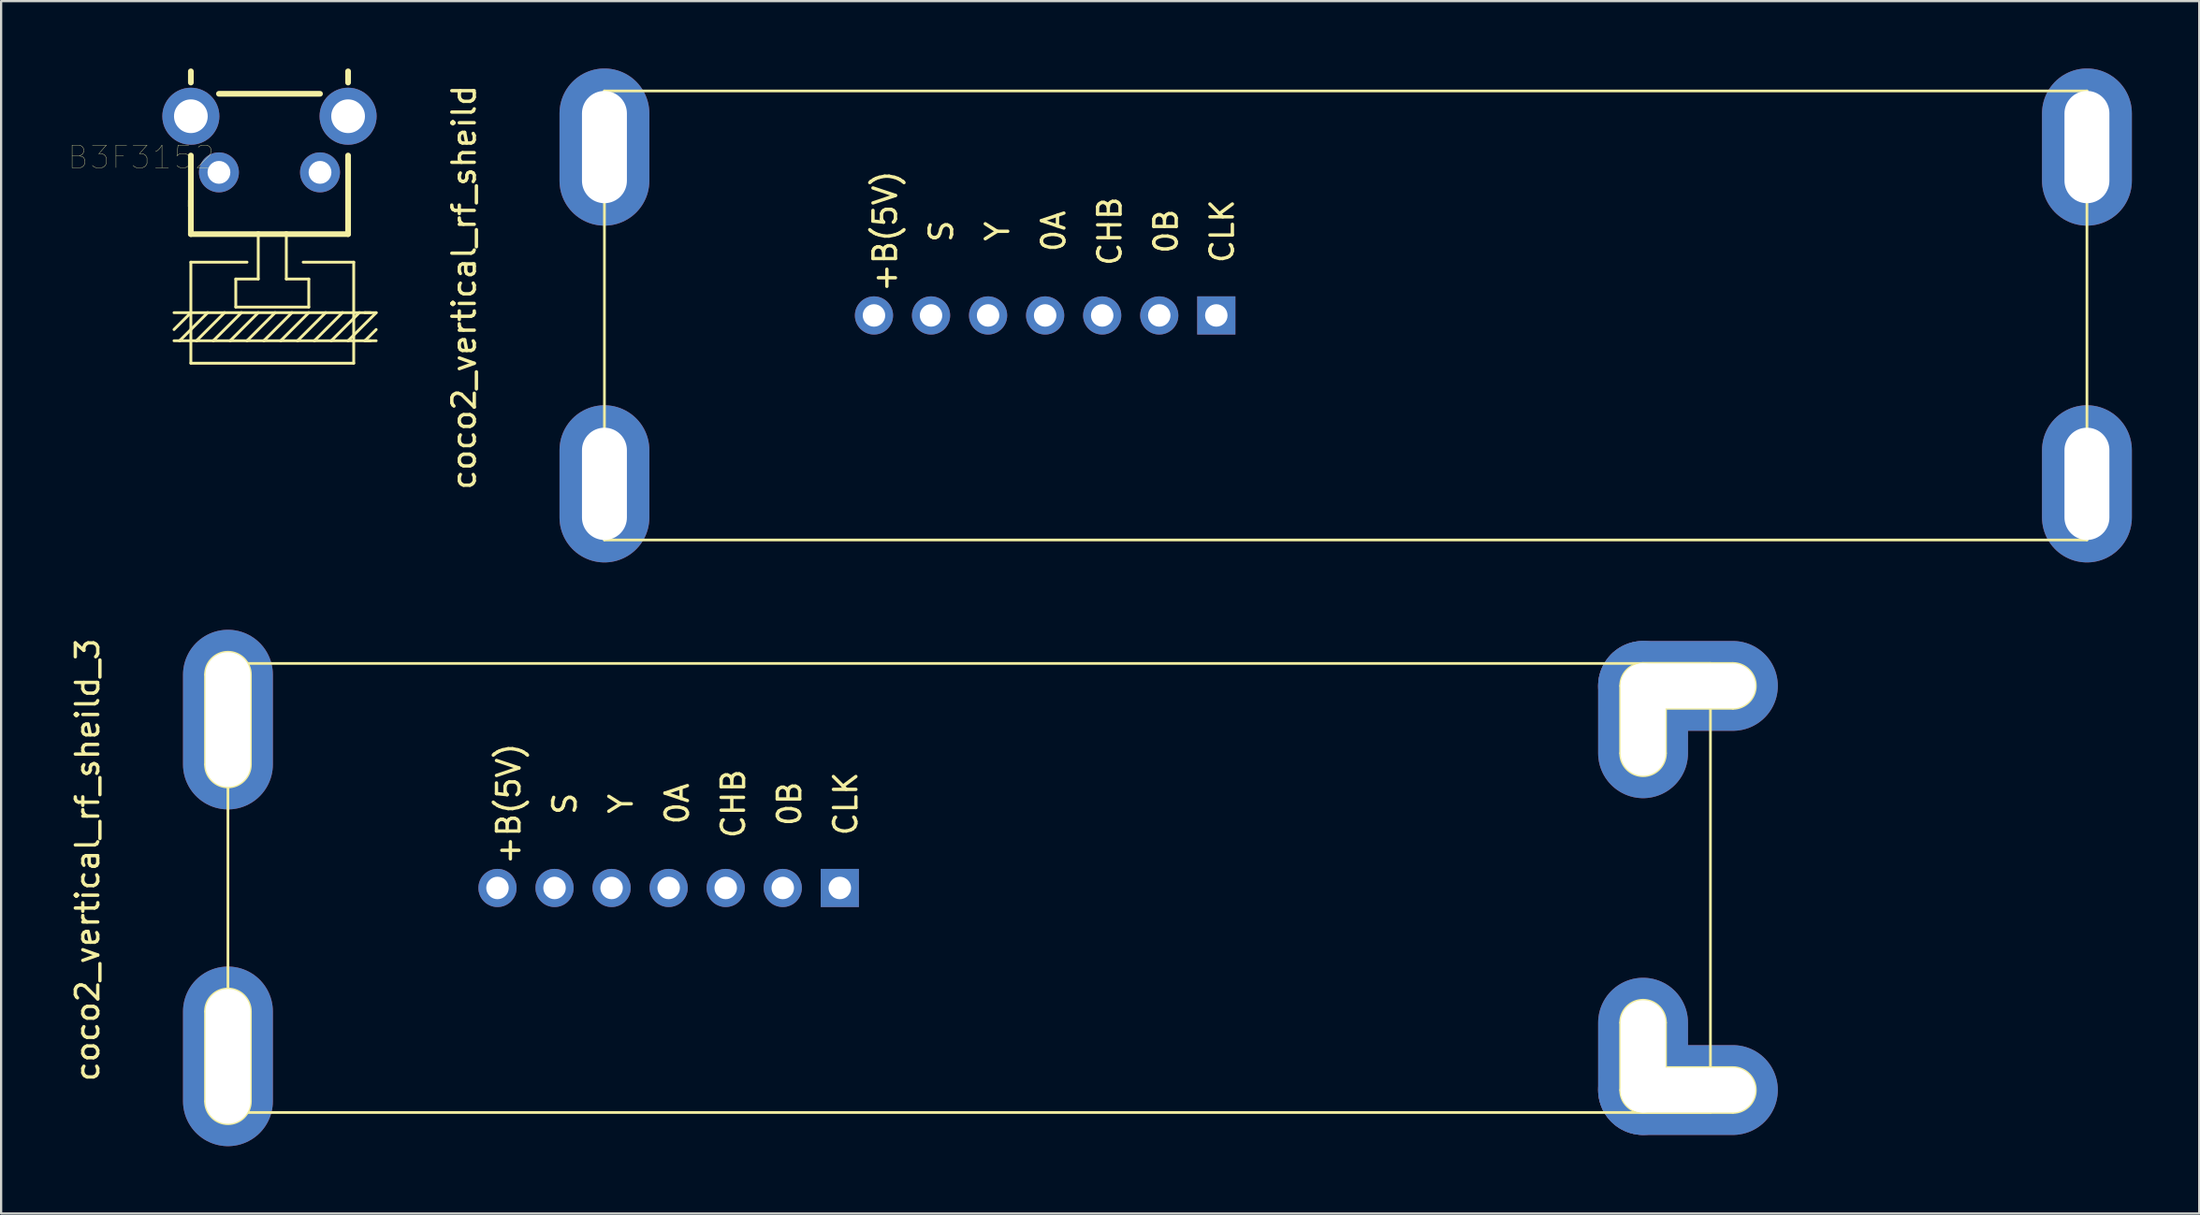
<source format=kicad_pcb>
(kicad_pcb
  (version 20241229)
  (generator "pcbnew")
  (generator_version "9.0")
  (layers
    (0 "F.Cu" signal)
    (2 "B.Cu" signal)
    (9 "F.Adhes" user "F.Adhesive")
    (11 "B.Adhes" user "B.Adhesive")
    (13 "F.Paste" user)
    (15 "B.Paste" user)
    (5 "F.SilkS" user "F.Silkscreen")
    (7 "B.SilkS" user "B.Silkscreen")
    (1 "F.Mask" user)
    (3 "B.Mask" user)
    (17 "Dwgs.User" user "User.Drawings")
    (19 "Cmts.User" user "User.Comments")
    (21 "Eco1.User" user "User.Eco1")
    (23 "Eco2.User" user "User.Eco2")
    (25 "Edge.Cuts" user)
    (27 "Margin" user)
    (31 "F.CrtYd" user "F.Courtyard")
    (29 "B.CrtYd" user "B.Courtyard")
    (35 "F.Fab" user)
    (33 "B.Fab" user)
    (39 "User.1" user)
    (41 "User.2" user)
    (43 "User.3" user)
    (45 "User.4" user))
  (footprint "coco2_vertical_rf_sheild_3"
    (layer "F.Cu")
    (at 7.098 26.5)
    (property "Reference" "coco2_vertical_rf_sheild_3" (at -6.25 8.75 90) (layer "F.SilkS") (effects (font (size 1 1) (thickness 0.15))))
    (attr through_hole)
    (fp_line (start -1 4.5) (end -1 0.5) (stroke (width 0.12) (type solid)) (layer "F.SilkS"))
    (fp_line (start -1 19.5) (end -1 15.5) (stroke (width 0.12) (type solid)) (layer "F.SilkS"))
    (fp_line (start 0 0) (end 66 0) (stroke (width 0.12) (type solid)) (layer "F.SilkS"))
    (fp_line (start 0 20) (end 0 0) (stroke (width 0.12) (type solid)) (layer "F.SilkS"))
    (fp_line (start 1 0.5) (end 1 4.5) (stroke (width 0.12) (type solid)) (layer "F.SilkS"))
    (fp_line (start 1 15.5) (end 1 19.5) (stroke (width 0.12) (type solid)) (layer "F.SilkS"))
    (fp_line (start 62 1) (end 62 4) (stroke (width 0.12) (type solid)) (layer "F.SilkS"))
    (fp_line (start 62 19) (end 62 16) (stroke (width 0.12) (type solid)) (layer "F.SilkS"))
    (fp_line (start 64 4) (end 64 2) (stroke (width 0.12) (type solid)) (layer "F.SilkS"))
    (fp_line (start 64 16) (end 64 18) (stroke (width 0.12) (type solid)) (layer "F.SilkS"))
    (fp_line (start 64 18) (end 67 18) (stroke (width 0.12) (type solid)) (layer "F.SilkS"))
    (fp_line (start 66 0) (end 66 20) (stroke (width 0.12) (type solid)) (layer "F.SilkS"))
    (fp_line (start 66 20) (end 0 20) (stroke (width 0.12) (type solid)) (layer "F.SilkS"))
    (fp_line (start 67 0) (end 63 0) (stroke (width 0.12) (type solid)) (layer "F.SilkS"))
    (fp_line (start 67 2) (end 64 2) (stroke (width 0.12) (type solid)) (layer "F.SilkS"))
    (fp_line (start 67 20) (end 63 20) (stroke (width 0.12) (type solid)) (layer "F.SilkS"))
    (fp_arc (start -1 0.5) (mid 0 -0.5) (end 1 0.5) (stroke (width 0.12) (type solid)) (layer "F.SilkS"))
    (fp_arc (start -1 15.5) (mid 0 14.5) (end 1 15.5) (stroke (width 0.12) (type solid)) (layer "F.SilkS"))
    (fp_arc (start 1 4.5) (mid 0 5.5) (end -1 4.5) (stroke (width 0.12) (type solid)) (layer "F.SilkS"))
    (fp_arc (start 1 19.5) (mid 0 20.5) (end -1 19.5) (stroke (width 0.12) (type solid)) (layer "F.SilkS"))
    (fp_arc (start 62 1) (mid 62.292893 0.292893) (end 63 0) (stroke (width 0.12) (type solid)) (layer "F.SilkS"))
    (fp_arc (start 62 16) (mid 63 15) (end 64 16) (stroke (width 0.12) (type solid)) (layer "F.SilkS"))
    (fp_arc (start 63 20) (mid 62.292893 19.707107) (end 62 19) (stroke (width 0.12) (type solid)) (layer "F.SilkS"))
    (fp_arc (start 64 4) (mid 63 5) (end 62 4) (stroke (width 0.12) (type solid)) (layer "F.SilkS"))
    (fp_arc (start 67 0) (mid 68 1) (end 67 2) (stroke (width 0.12) (type solid)) (layer "F.SilkS"))
    (fp_arc (start 67 18) (mid 68 19) (end 67 20) (stroke (width 0.12) (type solid)) (layer "F.SilkS"))
    (fp_text user "S" (at 15 6.25 90) (layer "F.SilkS") (effects (font (size 1 1) (thickness 0.15))))
    (fp_text user "CLK" (at 27.5 6.25 270) (layer "F.SilkS") (effects (font (size 1 1) (thickness 0.15))))
    (fp_text user "+B(5V)" (at 12.5 6.25 90) (layer "F.SilkS") (effects (font (size 1 1) (thickness 0.15))))
    (fp_text user "Y" (at 17.5 6.25 270) (layer "F.SilkS") (effects (font (size 1 1) (thickness 0.15))))
    (fp_text user "CHB" (at 22.5 6.25 90) (layer "F.SilkS") (effects (font (size 1 1) (thickness 0.15))))
    (fp_text user "0A" (at 20 6.25 90) (layer "F.SilkS") (effects (font (size 1 1) (thickness 0.15))))
    (fp_text user "0B" (at 25 6.25 270) (layer "F.SilkS") (effects (font (size 1 1) (thickness 0.15))))
    (pad "1" thru_hole rect (at 27.24 10) (size 1.7 1.7) (drill 1) (layers "*.Cu" "*.Mask"))
    (pad "2" thru_hole circle (at 24.7 10) (size 1.7 1.7) (drill 1) (layers "*.Cu" "*.Mask"))
    (pad "3" thru_hole circle (at 22.16 10) (size 1.7 1.7) (drill 1) (layers "*.Cu" "*.Mask"))
    (pad "4" thru_hole circle (at 19.62 10) (size 1.7 1.7) (drill 1) (layers "*.Cu" "*.Mask"))
    (pad "5" thru_hole circle (at 17.08 10) (size 1.7 1.7) (drill 1) (layers "*.Cu" "*.Mask"))
    (pad "6" thru_hole circle (at 14.54 10) (size 1.7 1.7) (drill 1) (layers "*.Cu" "*.Mask"))
    (pad "7" thru_hole circle (at 12 10) (size 1.7 1.7) (drill 1) (layers "*.Cu" "*.Mask"))
    (pad "8" thru_hole oval (at 0 2.5 90) (size 8 4) (drill oval 6 2) (layers "*.Cu" "*.Mask"))
    (pad "8" thru_hole oval (at 0 17.5 90) (size 8 4) (drill oval 6 2) (layers "*.Cu" "*.Mask"))
    (pad "8" thru_hole oval (at 63 2.5 270) (size 7 4) (drill oval 5 2) (layers "*.Cu" "*.Mask"))
    (pad "8" thru_hole oval (at 63 17.5 90) (size 7 4) (drill oval 5 2) (layers "*.Cu" "*.Mask"))
    (pad "8" thru_hole oval (at 65 1 180) (size 8 4) (drill oval 6 2) (layers "*.Cu" "*.Mask"))
    (pad "8" thru_hole oval (at 65 19 180) (size 8 4) (drill oval 6 2) (layers "*.Cu" "*.Mask")))
  (footprint "B3F3152"
    (layer "F.Cu")
    (at 5.447 2.127)
    (property "Reference" "B3F3152" (at -2.215 1.825 180) (layer "F.SilkS") (effects (font (size 1 1) (thickness 0.015))))
    (attr through_hole)
    (fp_line (start -0.75 8.75) (end 0 8.75) (stroke (width 0.127) (type solid)) (layer "F.SilkS"))
    (fp_line (start -0.75 10) (end -0.5 10) (stroke (width 0.127) (type solid)) (layer "F.SilkS"))
    (fp_line (start -0.5 10) (end 0.25 10) (stroke (width 0.127) (type solid)) (layer "F.SilkS"))
    (fp_line (start -0.5 10) (end 0.75 8.75) (stroke (width 0.127) (type solid)) (layer "F.SilkS"))
    (fp_line (start 0 -2) (end 0 -1.5) (stroke (width 0.254) (type solid)) (layer "F.SilkS"))
    (fp_line (start 0 1.75) (end 0 4) (stroke (width 0.254) (type solid)) (layer "F.SilkS"))
    (fp_line (start 0 3.75) (end 0 4) (stroke (width 0.254) (type solid)) (layer "F.SilkS"))
    (fp_line (start 0 4) (end 0 5.25) (stroke (width 0.254) (type solid)) (layer "F.SilkS"))
    (fp_line (start 0 5.25) (end 3 5.25) (stroke (width 0.254) (type solid)) (layer "F.SilkS"))
    (fp_line (start 0 6.5) (end 2.5 6.5) (stroke (width 0.127) (type solid)) (layer "F.SilkS"))
    (fp_line (start 0 8.75) (end -0.75 9.5) (stroke (width 0.127) (type solid)) (layer "F.SilkS"))
    (fp_line (start 0 8.75) (end 0 6.5) (stroke (width 0.127) (type solid)) (layer "F.SilkS"))
    (fp_line (start 0 8.75) (end 0.75 8.75) (stroke (width 0.127) (type solid)) (layer "F.SilkS"))
    (fp_line (start 0 11) (end 0 8.75) (stroke (width 0.127) (type solid)) (layer "F.SilkS"))
    (fp_line (start 0 11) (end 7.25 11) (stroke (width 0.127) (type solid)) (layer "F.SilkS"))
    (fp_line (start 0.25 10) (end 1 10) (stroke (width 0.127) (type solid)) (layer "F.SilkS"))
    (fp_line (start 0.25 10) (end 1.5 8.75) (stroke (width 0.127) (type solid)) (layer "F.SilkS"))
    (fp_line (start 0.75 8.75) (end 1.5 8.75) (stroke (width 0.127) (type solid)) (layer "F.SilkS"))
    (fp_line (start 1 10) (end 1.75 10) (stroke (width 0.127) (type solid)) (layer "F.SilkS"))
    (fp_line (start 1 10) (end 2.25 8.75) (stroke (width 0.127) (type solid)) (layer "F.SilkS"))
    (fp_line (start 1.25 -1) (end 5.75 -1) (stroke (width 0.254) (type solid)) (layer "F.SilkS"))
    (fp_line (start 1.5 8.75) (end 2.25 8.75) (stroke (width 0.127) (type solid)) (layer "F.SilkS"))
    (fp_line (start 1.75 10) (end 2.5 10) (stroke (width 0.127) (type solid)) (layer "F.SilkS"))
    (fp_line (start 1.75 10) (end 3 8.75) (stroke (width 0.127) (type solid)) (layer "F.SilkS"))
    (fp_line (start 2 7.25) (end 2 8.5) (stroke (width 0.127) (type solid)) (layer "F.SilkS"))
    (fp_line (start 2 8.5) (end 5.25 8.5) (stroke (width 0.127) (type solid)) (layer "F.SilkS"))
    (fp_line (start 2.25 8.75) (end 3 8.75) (stroke (width 0.127) (type solid)) (layer "F.SilkS"))
    (fp_line (start 2.5 10) (end 3.25 10) (stroke (width 0.127) (type solid)) (layer "F.SilkS"))
    (fp_line (start 2.5 10) (end 3.75 8.75) (stroke (width 0.127) (type solid)) (layer "F.SilkS"))
    (fp_line (start 3 5.25) (end 3 7.25) (stroke (width 0.127) (type solid)) (layer "F.SilkS"))
    (fp_line (start 3 5.25) (end 4.25 5.25) (stroke (width 0.254) (type solid)) (layer "F.SilkS"))
    (fp_line (start 3 7.25) (end 2 7.25) (stroke (width 0.127) (type solid)) (layer "F.SilkS"))
    (fp_line (start 3 8.75) (end 3.75 8.75) (stroke (width 0.127) (type solid)) (layer "F.SilkS"))
    (fp_line (start 3.25 10) (end 4 10) (stroke (width 0.127) (type solid)) (layer "F.SilkS"))
    (fp_line (start 3.25 10) (end 4.5 8.75) (stroke (width 0.127) (type solid)) (layer "F.SilkS"))
    (fp_line (start 3.75 8.75) (end 4.5 8.75) (stroke (width 0.127) (type solid)) (layer "F.SilkS"))
    (fp_line (start 4 10) (end 4.75 10) (stroke (width 0.127) (type solid)) (layer "F.SilkS"))
    (fp_line (start 4 10) (end 5.25 8.75) (stroke (width 0.127) (type solid)) (layer "F.SilkS"))
    (fp_line (start 4.25 5.25) (end 4.25 7.25) (stroke (width 0.127) (type solid)) (layer "F.SilkS"))
    (fp_line (start 4.25 5.25) (end 7 5.25) (stroke (width 0.254) (type solid)) (layer "F.SilkS"))
    (fp_line (start 4.5 8.75) (end 5.25 8.75) (stroke (width 0.127) (type solid)) (layer "F.SilkS"))
    (fp_line (start 4.75 10) (end 5.5 10) (stroke (width 0.127) (type solid)) (layer "F.SilkS"))
    (fp_line (start 4.75 10) (end 6 8.75) (stroke (width 0.127) (type solid)) (layer "F.SilkS"))
    (fp_line (start 5.25 7.25) (end 4.25 7.25) (stroke (width 0.127) (type solid)) (layer "F.SilkS"))
    (fp_line (start 5.25 8.5) (end 5.25 7.25) (stroke (width 0.127) (type solid)) (layer "F.SilkS"))
    (fp_line (start 5.25 8.75) (end 6 8.75) (stroke (width 0.127) (type solid)) (layer "F.SilkS"))
    (fp_line (start 5.5 10) (end 6.25 10) (stroke (width 0.127) (type solid)) (layer "F.SilkS"))
    (fp_line (start 5.5 10) (end 6.75 8.75) (stroke (width 0.127) (type solid)) (layer "F.SilkS"))
    (fp_line (start 6 8.75) (end 6.75 8.75) (stroke (width 0.127) (type solid)) (layer "F.SilkS"))
    (fp_line (start 6.25 10) (end 7 10) (stroke (width 0.127) (type solid)) (layer "F.SilkS"))
    (fp_line (start 6.25 10) (end 7.5 8.75) (stroke (width 0.127) (type solid)) (layer "F.SilkS"))
    (fp_line (start 6.75 8.75) (end 7.5 8.75) (stroke (width 0.127) (type solid)) (layer "F.SilkS"))
    (fp_line (start 7 -2) (end 7 -1.5) (stroke (width 0.254) (type solid)) (layer "F.SilkS"))
    (fp_line (start 7 1.75) (end 7 5.25) (stroke (width 0.254) (type solid)) (layer "F.SilkS"))
    (fp_line (start 7 10) (end 7.25 10) (stroke (width 0.127) (type solid)) (layer "F.SilkS"))
    (fp_line (start 7 10) (end 8.25 8.75) (stroke (width 0.127) (type solid)) (layer "F.SilkS"))
    (fp_line (start 7.25 6.5) (end 5 6.5) (stroke (width 0.127) (type solid)) (layer "F.SilkS"))
    (fp_line (start 7.25 10) (end 7.25 6.5) (stroke (width 0.127) (type solid)) (layer "F.SilkS"))
    (fp_line (start 7.25 10) (end 7.75 10) (stroke (width 0.127) (type solid)) (layer "F.SilkS"))
    (fp_line (start 7.25 11) (end 7.25 10) (stroke (width 0.127) (type solid)) (layer "F.SilkS"))
    (fp_line (start 7.5 8.75) (end 7.75 8.75) (stroke (width 0.127) (type solid)) (layer "F.SilkS"))
    (fp_line (start 7.75 8.75) (end 8 8.75) (stroke (width 0.127) (type solid)) (layer "F.SilkS"))
    (fp_line (start 7.75 8.75) (end 8.25 8.75) (stroke (width 0.127) (type solid)) (layer "F.SilkS"))
    (fp_line (start 7.75 10) (end 8 10) (stroke (width 0.127) (type solid)) (layer "F.SilkS"))
    (fp_line (start 7.75 10) (end 8.25 9.5) (stroke (width 0.127) (type solid)) (layer "F.SilkS"))
    (fp_line (start 7.75 10) (end 8.25 10) (stroke (width 0.127) (type solid)) (layer "F.SilkS"))
    (pad "1" thru_hole circle (at 1.25 2.5) (size 1.778 1.778) (drill 1.016) (layers "*.Cu" "*.Mask"))
    (pad "2" thru_hole circle (at 5.75 2.5) (size 1.778 1.778) (drill 1.016) (layers "*.Cu" "*.Mask"))
    (pad "GNDS" thru_hole circle (at 0 0) (size 2.54 2.54) (drill 1.5) (layers "*.Cu" "*.Mask"))
    (pad "GNDS" thru_hole circle (at 7 0) (size 2.54 2.54) (drill 1.5) (layers "*.Cu" "*.Mask")))
  (footprint "coco2_vertical_rf_sheild"
    (layer "F.Cu")
    (at 23.859 1)
    (property "Reference" "coco2_vertical_rf_sheild" (at -6.25 8.75 90) (layer "F.SilkS") (effects (font (size 1 1) (thickness 0.15))))
    (attr through_hole)
    (fp_line (start 0 0) (end 66 0) (stroke (width 0.12) (type solid)) (layer "F.SilkS"))
    (fp_line (start 0 20) (end 0 0) (stroke (width 0.12) (type solid)) (layer "F.SilkS"))
    (fp_line (start 66 0) (end 66 20) (stroke (width 0.12) (type solid)) (layer "F.SilkS"))
    (fp_line (start 66 20) (end 0 20) (stroke (width 0.12) (type solid)) (layer "F.SilkS"))
    (fp_text user "S" (at 15 6.25 90) (layer "F.SilkS") (effects (font (size 1 1) (thickness 0.15))))
    (fp_text user "Y" (at 17.5 6.25 270) (layer "F.SilkS") (effects (font (size 1 1) (thickness 0.15))))
    (fp_text user "CHB" (at 22.5 6.25 90) (layer "F.SilkS") (effects (font (size 1 1) (thickness 0.15))))
    (fp_text user "0A" (at 20 6.25 90) (layer "F.SilkS") (effects (font (size 1 1) (thickness 0.15))))
    (fp_text user "0B" (at 25 6.25 270) (layer "F.SilkS") (effects (font (size 1 1) (thickness 0.15))))
    (fp_text user "CLK" (at 27.5 6.25 270) (layer "F.SilkS") (effects (font (size 1 1) (thickness 0.15))))
    (fp_text user "+B(5V)" (at 12.5 6.25 90) (layer "F.SilkS") (effects (font (size 1 1) (thickness 0.15))))
    (pad "1" thru_hole rect (at 27.24 10) (size 1.7 1.7) (drill 1) (layers "*.Cu" "*.Mask"))
    (pad "2" thru_hole circle (at 24.7 10) (size 1.7 1.7) (drill 1) (layers "*.Cu" "*.Mask"))
    (pad "3" thru_hole circle (at 22.16 10) (size 1.7 1.7) (drill 1) (layers "*.Cu" "*.Mask"))
    (pad "4" thru_hole circle (at 19.62 10) (size 1.7 1.7) (drill 1) (layers "*.Cu" "*.Mask"))
    (pad "5" thru_hole circle (at 17.08 10) (size 1.7 1.7) (drill 1) (layers "*.Cu" "*.Mask"))
    (pad "6" thru_hole circle (at 14.54 10) (size 1.7 1.7) (drill 1) (layers "*.Cu" "*.Mask"))
    (pad "7" thru_hole circle (at 12 10) (size 1.7 1.7) (drill 1) (layers "*.Cu" "*.Mask"))
    (pad "8" thru_hole oval (at 0 2.5 90) (size 7 4) (drill oval 5 2) (layers "*.Cu" "*.Mask"))
    (pad "8" thru_hole oval (at 0 17.5 90) (size 7 4) (drill oval 5 2) (layers "*.Cu" "*.Mask"))
    (pad "8" thru_hole oval (at 66 2.5 90) (size 7 4) (drill oval 5 2) (layers "*.Cu" "*.Mask"))
    (pad "8" thru_hole oval (at 66 17.5 90) (size 7 4) (drill oval 5 2) (layers "*.Cu" "*.Mask")))
  (gr_rect
    (start -3 -3)
    (end 94.859 51)
    (stroke (width 0.1) (type default))
    (fill no)
    (layer "Edge.Cuts")))
</source>
